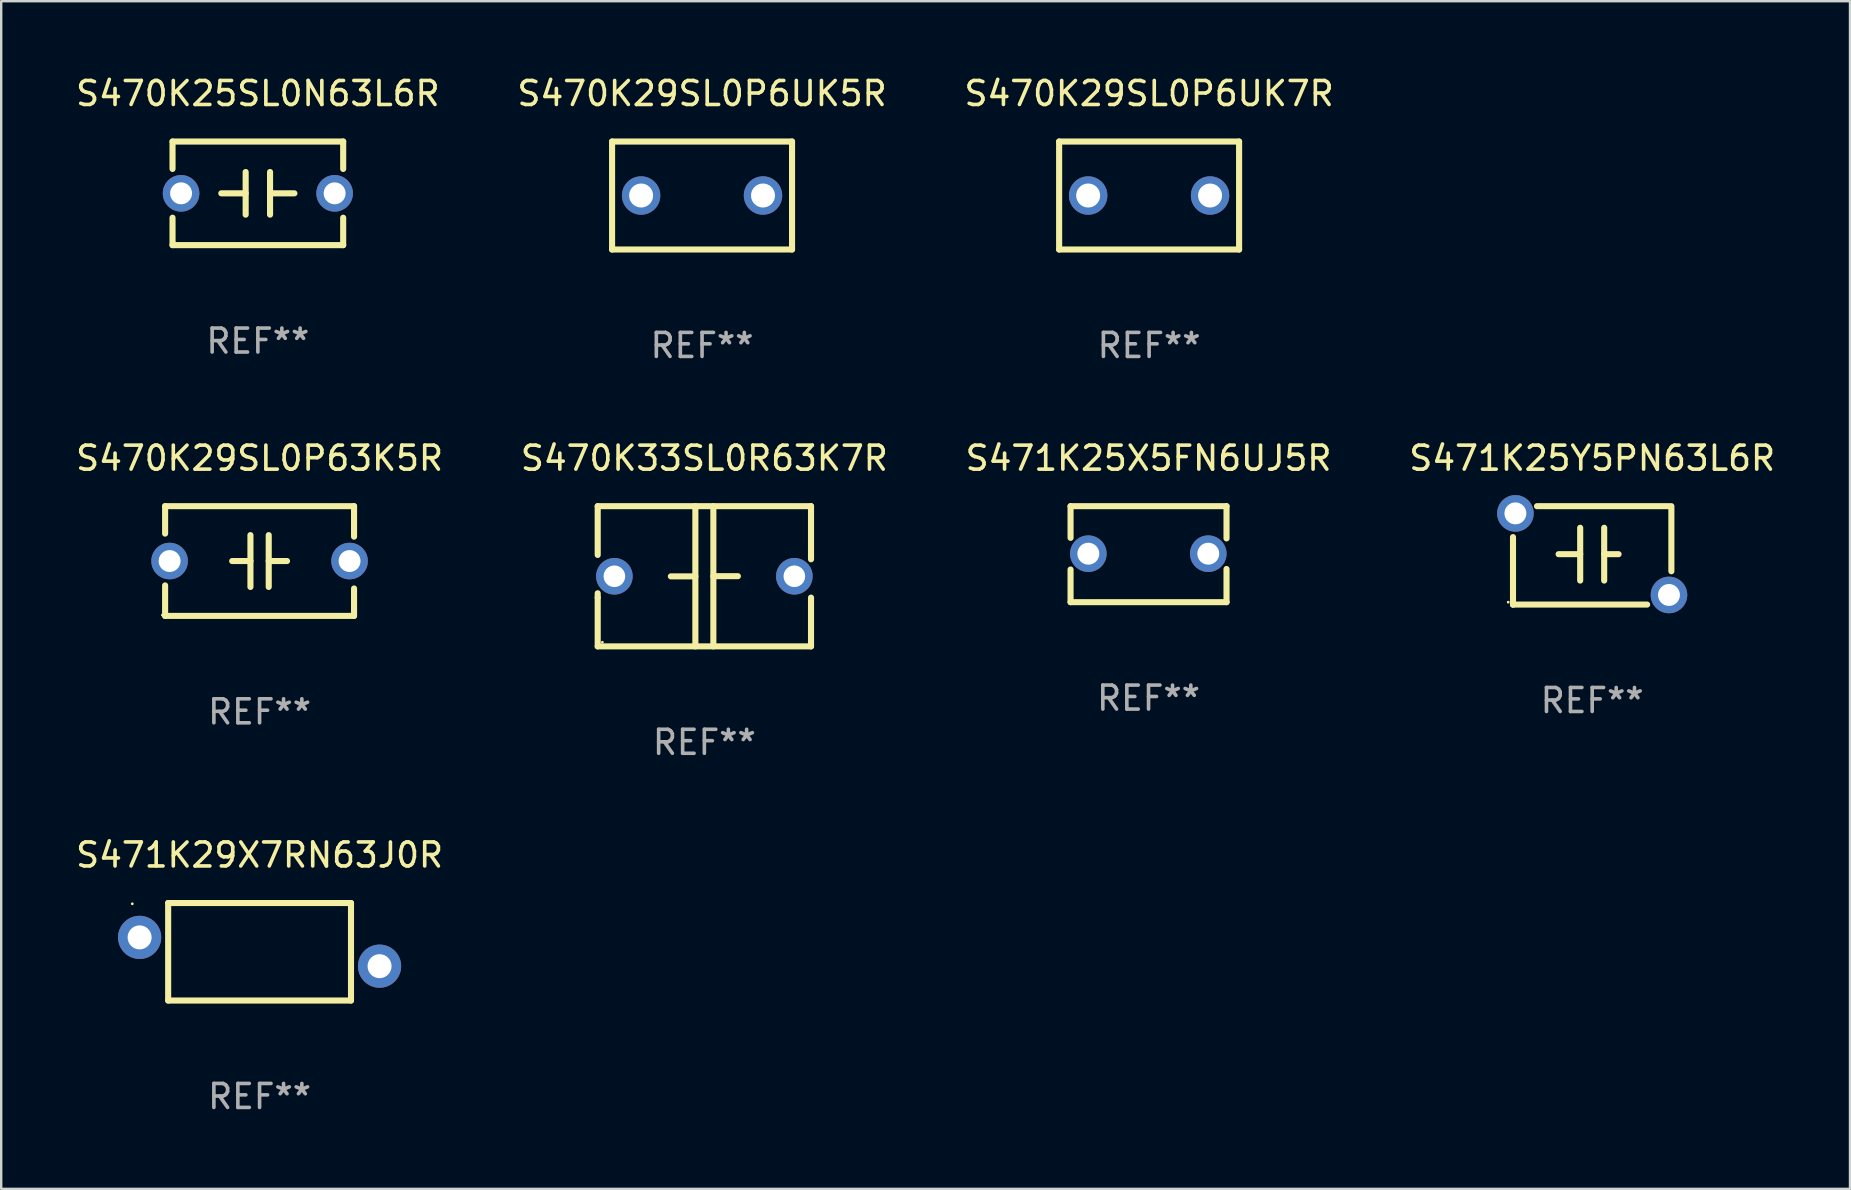
<source format=kicad_pcb>
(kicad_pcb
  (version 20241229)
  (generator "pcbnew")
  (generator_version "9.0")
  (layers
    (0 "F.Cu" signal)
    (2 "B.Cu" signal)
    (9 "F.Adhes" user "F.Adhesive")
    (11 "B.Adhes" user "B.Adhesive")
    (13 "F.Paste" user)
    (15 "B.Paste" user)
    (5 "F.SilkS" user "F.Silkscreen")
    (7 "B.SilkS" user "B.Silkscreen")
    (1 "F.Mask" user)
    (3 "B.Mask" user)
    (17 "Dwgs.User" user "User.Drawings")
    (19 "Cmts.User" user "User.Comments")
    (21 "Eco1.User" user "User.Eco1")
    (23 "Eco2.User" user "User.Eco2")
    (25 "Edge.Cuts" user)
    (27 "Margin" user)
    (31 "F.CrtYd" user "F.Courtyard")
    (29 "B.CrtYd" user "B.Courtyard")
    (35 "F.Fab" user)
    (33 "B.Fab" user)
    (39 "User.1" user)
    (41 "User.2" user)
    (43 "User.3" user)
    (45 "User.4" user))
  (footprint "S470K29SL0P6UK5R"
    (layer "F.Cu")
    (at 26.208 5.098)
    (property "Reference" "S470K29SL0P6UK5R" (at 0 -4.25 0) (layer "F.SilkS") (effects (font (size 1 1) (thickness 0.15))))
    (attr through_hole)
    (fp_line (start -3.75 -2.25) (end -3.75 2.25) (stroke (width 0.254) (type solid)) (layer "F.SilkS"))
    (fp_line (start -3.75 -2.25) (end 3.75 -2.25) (stroke (width 0.254) (type solid)) (layer "F.SilkS"))
    (fp_line (start 3.75 -2.25) (end 3.75 2.25) (stroke (width 0.254) (type solid)) (layer "F.SilkS"))
    (fp_line (start 3.75 2.25) (end -3.75 2.25) (stroke (width 0.254) (type solid)) (layer "F.SilkS"))
    (fp_circle (center -3.75 2.25) (end -3.72 2.25) (stroke (width 0.06) (type solid)) (fill no) (layer "F.SilkS"))
    (fp_text user "REF**" (at 0 6.25 0) (layer "F.Fab") (effects (font (size 1 1) (thickness 0.15))))
    (pad "1" thru_hole circle (at -2.54 0) (size 1.6 1.6) (drill 1) (layers "*.Cu" "*.Mask"))
    (pad "2" thru_hole circle (at 2.54 0) (size 1.6 1.6) (drill 1) (layers "*.Cu" "*.Mask")))
  (footprint "S470K33SL0R63K7R"
    (layer "F.Cu")
    (at 26.304 20.966)
    (property "Reference" "S470K33SL0R63K7R" (at 0 -4.921 0) (layer "F.SilkS") (effects (font (size 1 1) (thickness 0.15))))
    (attr through_hole)
    (fp_line (start -4.445 -2.921) (end 4.445 -2.921) (stroke (width 0.254) (type solid)) (layer "F.SilkS"))
    (fp_line (start -4.445 -0.889) (end -4.445 -2.921) (stroke (width 0.254) (type solid)) (layer "F.SilkS"))
    (fp_line (start -4.445 0.889) (end -4.445 0.708) (stroke (width 0.254) (type solid)) (layer "F.SilkS"))
    (fp_line (start -4.445 2.921) (end -4.445 0.889) (stroke (width 0.254) (type solid)) (layer "F.SilkS"))
    (fp_line (start -0.375 0.004) (end -1.397 0.004) (stroke (width 0.254) (type solid)) (layer "F.SilkS"))
    (fp_line (start -0.375 2.921) (end -0.375 -2.921) (stroke (width 0.254) (type solid)) (layer "F.SilkS"))
    (fp_line (start 0.375 -2.921) (end 0.375 2.921) (stroke (width 0.254) (type solid)) (layer "F.SilkS"))
    (fp_line (start 0.375 -0.004) (end 1.397 -0.004) (stroke (width 0.254) (type solid)) (layer "F.SilkS"))
    (fp_line (start 4.445 -2.921) (end 4.445 -0.889) (stroke (width 0.254) (type solid)) (layer "F.SilkS"))
    (fp_line (start 4.445 -0.889) (end 4.445 -0.708) (stroke (width 0.254) (type solid)) (layer "F.SilkS"))
    (fp_line (start 4.445 0.889) (end 4.445 2.921) (stroke (width 0.254) (type solid)) (layer "F.SilkS"))
    (fp_line (start 4.445 2.921) (end -4.445 2.921) (stroke (width 0.254) (type solid)) (layer "F.SilkS"))
    (fp_circle (center -4.25 2.75) (end -4.22 2.75) (stroke (width 0.06) (type solid)) (fill no) (layer "F.SilkS"))
    (fp_text user "REF**" (at 0 6.921 0) (layer "F.Fab") (effects (font (size 1 1) (thickness 0.15))))
    (pad "1" thru_hole circle (at -3.75 0) (size 1.524 1.524) (drill 0.9) (layers "*.Cu" "*.Mask"))
    (pad "2" thru_hole circle (at 3.75 0) (size 1.524 1.524) (drill 0.9) (layers "*.Cu" "*.Mask")))
  (footprint "S471K29X7RN63J0R"
    (layer "F.Cu")
    (at 7.768 36.615)
    (property "Reference" "S471K29X7RN63J0R" (at 0 -4.032 0) (layer "F.SilkS") (effects (font (size 1 1) (thickness 0.15))))
    (attr through_hole)
    (fp_line (start -3.81 -2.032) (end 3.81 -2.032) (stroke (width 0.254) (type solid)) (layer "F.SilkS"))
    (fp_line (start -3.81 2.032) (end -3.81 -2.032) (stroke (width 0.254) (type solid)) (layer "F.SilkS"))
    (fp_line (start 3.81 -2.032) (end 3.81 2.032) (stroke (width 0.254) (type solid)) (layer "F.SilkS"))
    (fp_line (start 3.81 2.032) (end -3.81 2.032) (stroke (width 0.254) (type solid)) (layer "F.SilkS"))
    (fp_circle (center -5.305 -2) (end -5.275 -2) (stroke (width 0.06) (type solid)) (fill no) (layer "F.SilkS"))
    (fp_text user "REF**" (at 0 6.032 0) (layer "F.Fab") (effects (font (size 1 1) (thickness 0.15))))
    (pad "1" thru_hole circle (at -5 -0.6) (size 1.8 1.8) (drill 1) (layers "*.Cu" "*.Mask"))
    (pad "2" thru_hole circle (at 5 0.6) (size 1.8 1.8) (drill 1) (layers "*.Cu" "*.Mask")))
  (footprint "S470K29SL0P6UK7R"
    (layer "F.Cu")
    (at 44.839 5.098)
    (property "Reference" "S470K29SL0P6UK7R" (at 0 -4.25 0) (layer "F.SilkS") (effects (font (size 1 1) (thickness 0.15))))
    (attr through_hole)
    (fp_line (start -3.75 -2.25) (end -3.75 2.25) (stroke (width 0.254) (type solid)) (layer "F.SilkS"))
    (fp_line (start -3.75 -2.25) (end 3.75 -2.25) (stroke (width 0.254) (type solid)) (layer "F.SilkS"))
    (fp_line (start 3.75 -2.25) (end 3.75 2.25) (stroke (width 0.254) (type solid)) (layer "F.SilkS"))
    (fp_line (start 3.75 2.25) (end -3.75 2.25) (stroke (width 0.254) (type solid)) (layer "F.SilkS"))
    (fp_circle (center -3.75 2.25) (end -3.72 2.25) (stroke (width 0.06) (type solid)) (fill no) (layer "F.SilkS"))
    (fp_text user "REF**" (at 0 6.25 0) (layer "F.Fab") (effects (font (size 1 1) (thickness 0.15))))
    (pad "1" thru_hole circle (at -2.54 0) (size 1.6 1.6) (drill 1) (layers "*.Cu" "*.Mask"))
    (pad "2" thru_hole circle (at 2.54 0) (size 1.6 1.6) (drill 1) (layers "*.Cu" "*.Mask")))
  (footprint "S471K25X5FN6UJ5R"
    (layer "F.Cu")
    (at 44.815 20.045)
    (property "Reference" "S471K25X5FN6UJ5R" (at 0 -4 0) (layer "F.SilkS") (effects (font (size 1 1) (thickness 0.15))))
    (attr through_hole)
    (fp_line (start -3.25 -2) (end -3.25 -0.68) (stroke (width 0.254) (type solid)) (layer "F.SilkS"))
    (fp_line (start -3.25 -2) (end 3.25 -2) (stroke (width 0.254) (type solid)) (layer "F.SilkS"))
    (fp_line (start -3.25 0.64) (end -3.25 2) (stroke (width 0.254) (type solid)) (layer "F.SilkS"))
    (fp_line (start 3.25 -2) (end 3.25 -0.657) (stroke (width 0.254) (type solid)) (layer "F.SilkS"))
    (fp_line (start 3.25 0.617) (end 3.25 2) (stroke (width 0.254) (type solid)) (layer "F.SilkS"))
    (fp_line (start 3.25 2) (end -3.25 2) (stroke (width 0.254) (type solid)) (layer "F.SilkS"))
    (fp_circle (center -3.26 1.98) (end -3.23 1.98) (stroke (width 0.06) (type solid)) (fill no) (layer "F.SilkS"))
    (fp_text user "REF**" (at 0 6 0) (layer "F.Fab") (effects (font (size 1 1) (thickness 0.15))))
    (pad "1" thru_hole circle (at -2.509 -0.02) (size 1.524 1.524) (drill 0.914) (layers "*.Cu" "*.Mask"))
    (pad "2" thru_hole circle (at 2.489 -0.02) (size 1.524 1.524) (drill 0.914) (layers "*.Cu" "*.Mask")))
  (footprint "S470K25SL0N63L6R"
    (layer "F.Cu")
    (at 7.696 5.007)
    (property "Reference" "S470K25SL0N63L6R" (at 0 -4.159 0) (layer "F.SilkS") (effects (font (size 1 1) (thickness 0.15))))
    (attr through_hole)
    (fp_line (start -3.556 -2.159) (end 3.556 -2.159) (stroke (width 0.254) (type solid)) (layer "F.SilkS"))
    (fp_line (start -3.556 -1.016) (end -3.556 -2.159) (stroke (width 0.254) (type solid)) (layer "F.SilkS"))
    (fp_line (start -3.556 2.159) (end -3.556 1.016) (stroke (width 0.254) (type solid)) (layer "F.SilkS"))
    (fp_line (start -0.508 -0.000025) (end -1.524 -0.000025) (stroke (width 0.254) (type solid)) (layer "F.SilkS"))
    (fp_line (start -0.508 0.889) (end -0.508 -0.889) (stroke (width 0.254) (type solid)) (layer "F.SilkS"))
    (fp_line (start 0.508 -0.889) (end 0.508 0.889) (stroke (width 0.254) (type solid)) (layer "F.SilkS"))
    (fp_line (start 0.508 0.000025) (end 1.524 0.000025) (stroke (width 0.254) (type solid)) (layer "F.SilkS"))
    (fp_line (start 3.556 -2.159) (end 3.556 -1.016) (stroke (width 0.254) (type solid)) (layer "F.SilkS"))
    (fp_line (start 3.556 1.016) (end 3.556 2.159) (stroke (width 0.254) (type solid)) (layer "F.SilkS"))
    (fp_line (start 3.556 2.159) (end -3.556 2.159) (stroke (width 0.254) (type solid)) (layer "F.SilkS"))
    (fp_circle (center -3.5 2) (end -3.47 2) (stroke (width 0.06) (type solid)) (fill no) (layer "F.SilkS"))
    (fp_text user "REF**" (at 0 6.159 0) (layer "F.Fab") (effects (font (size 1 1) (thickness 0.15))))
    (pad "1" thru_hole circle (at -3.2 0) (size 1.524 1.524) (drill 0.914) (layers "*.Cu" "*.Mask"))
    (pad "2" thru_hole circle (at 3.2 0) (size 1.524 1.524) (drill 0.914) (layers "*.Cu" "*.Mask")))
  (footprint "S471K25Y5PN63L6R"
    (layer "F.Cu")
    (at 63.304 20.095)
    (property "Reference" "S471K25Y5PN63L6R" (at 0 -4.05 0) (layer "F.SilkS") (effects (font (size 1 1) (thickness 0.15))))
    (attr through_hole)
    (fp_line (start -3.3 2.05) (end -3.3 -0.762) (stroke (width 0.254) (type solid)) (layer "F.SilkS"))
    (fp_line (start -3.3 2.05) (end -3.3 2.05) (stroke (width 0.254) (type solid)) (layer "F.SilkS"))
    (fp_line (start -3.2 -2.05) (end -3.3 -2.05) (stroke (width 0.254) (type solid)) (layer "F.SilkS"))
    (fp_line (start -2.3 -2.05) (end 3.2 -2.05) (stroke (width 0.254) (type solid)) (layer "F.SilkS"))
    (fp_line (start -1.4 -0.05) (end -0.5 -0.05) (stroke (width 0.254) (type solid)) (layer "F.SilkS"))
    (fp_line (start -0.5 -1.15) (end -0.5 1.05) (stroke (width 0.254) (type solid)) (layer "F.SilkS"))
    (fp_line (start 0.5 -1.15) (end 0.5 1.05) (stroke (width 0.254) (type solid)) (layer "F.SilkS"))
    (fp_line (start 1.1 -0.05) (end 0.5 -0.05) (stroke (width 0.254) (type solid)) (layer "F.SilkS"))
    (fp_line (start 2.29 2.05) (end -3.3 2.05) (stroke (width 0.254) (type solid)) (layer "F.SilkS"))
    (fp_line (start 3.3 -2.05) (end 3.3 0.662) (stroke (width 0.254) (type solid)) (layer "F.SilkS"))
    (fp_circle (center -3.5 1.95) (end -3.47 1.95) (stroke (width 0.06) (type solid)) (fill no) (layer "F.SilkS"))
    (fp_text user "REF**" (at 0 6.05 0) (layer "F.Fab") (effects (font (size 1 1) (thickness 0.15))))
    (pad "1" thru_hole circle (at -3.2 -1.75) (size 1.524 1.524) (drill 0.914) (layers "*.Cu" "*.Mask"))
    (pad "2" thru_hole circle (at 3.2 1.65) (size 1.524 1.524) (drill 0.914) (layers "*.Cu" "*.Mask")))
  (footprint "S470K29SL0P63K5R"
    (layer "F.Cu")
    (at 7.768 20.331)
    (property "Reference" "S470K29SL0P63K5R" (at 0 -4.286 0) (layer "F.SilkS") (effects (font (size 1 1) (thickness 0.15))))
    (attr through_hole)
    (fp_line (start -3.937 -2.286) (end 3.937 -2.286) (stroke (width 0.254) (type solid)) (layer "F.SilkS"))
    (fp_line (start -3.937 -1.143) (end -3.937 -2.286) (stroke (width 0.254) (type solid)) (layer "F.SilkS"))
    (fp_line (start -3.937 2.286) (end -3.937 1.016) (stroke (width 0.254) (type solid)) (layer "F.SilkS"))
    (fp_line (start -0.381 -0.000025) (end -1.143 -0.000025) (stroke (width 0.254) (type solid)) (layer "F.SilkS"))
    (fp_line (start -0.381 1.08) (end -0.381 -1.08) (stroke (width 0.254) (type solid)) (layer "F.SilkS"))
    (fp_line (start 0.381 -1.08) (end 0.381 1.08) (stroke (width 0.254) (type solid)) (layer "F.SilkS"))
    (fp_line (start 0.381 0.000025) (end 1.143 0.000025) (stroke (width 0.254) (type solid)) (layer "F.SilkS"))
    (fp_line (start 3.937 -2.286) (end 3.937 -1.016) (stroke (width 0.254) (type solid)) (layer "F.SilkS"))
    (fp_line (start 3.937 1.143) (end 3.937 2.286) (stroke (width 0.254) (type solid)) (layer "F.SilkS"))
    (fp_line (start 3.937 2.286) (end -3.937 2.286) (stroke (width 0.254) (type solid)) (layer "F.SilkS"))
    (fp_circle (center -4.05 2.25) (end -4.02 2.25) (stroke (width 0.06) (type solid)) (fill no) (layer "F.SilkS"))
    (fp_text user "REF**" (at 0 6.286 0) (layer "F.Fab") (effects (font (size 1 1) (thickness 0.15))))
    (pad "1" thru_hole circle (at -3.75 0) (size 1.524 1.524) (drill 0.914) (layers "*.Cu" "*.Mask"))
    (pad "2" thru_hole circle (at 3.75 0) (size 1.524 1.524) (drill 0.914) (layers "*.Cu" "*.Mask")))
  (gr_rect
    (start -3 -3)
    (end 74.048 46.496)
    (stroke (width 0.1) (type default))
    (fill no)
    (layer "Edge.Cuts")))
</source>
